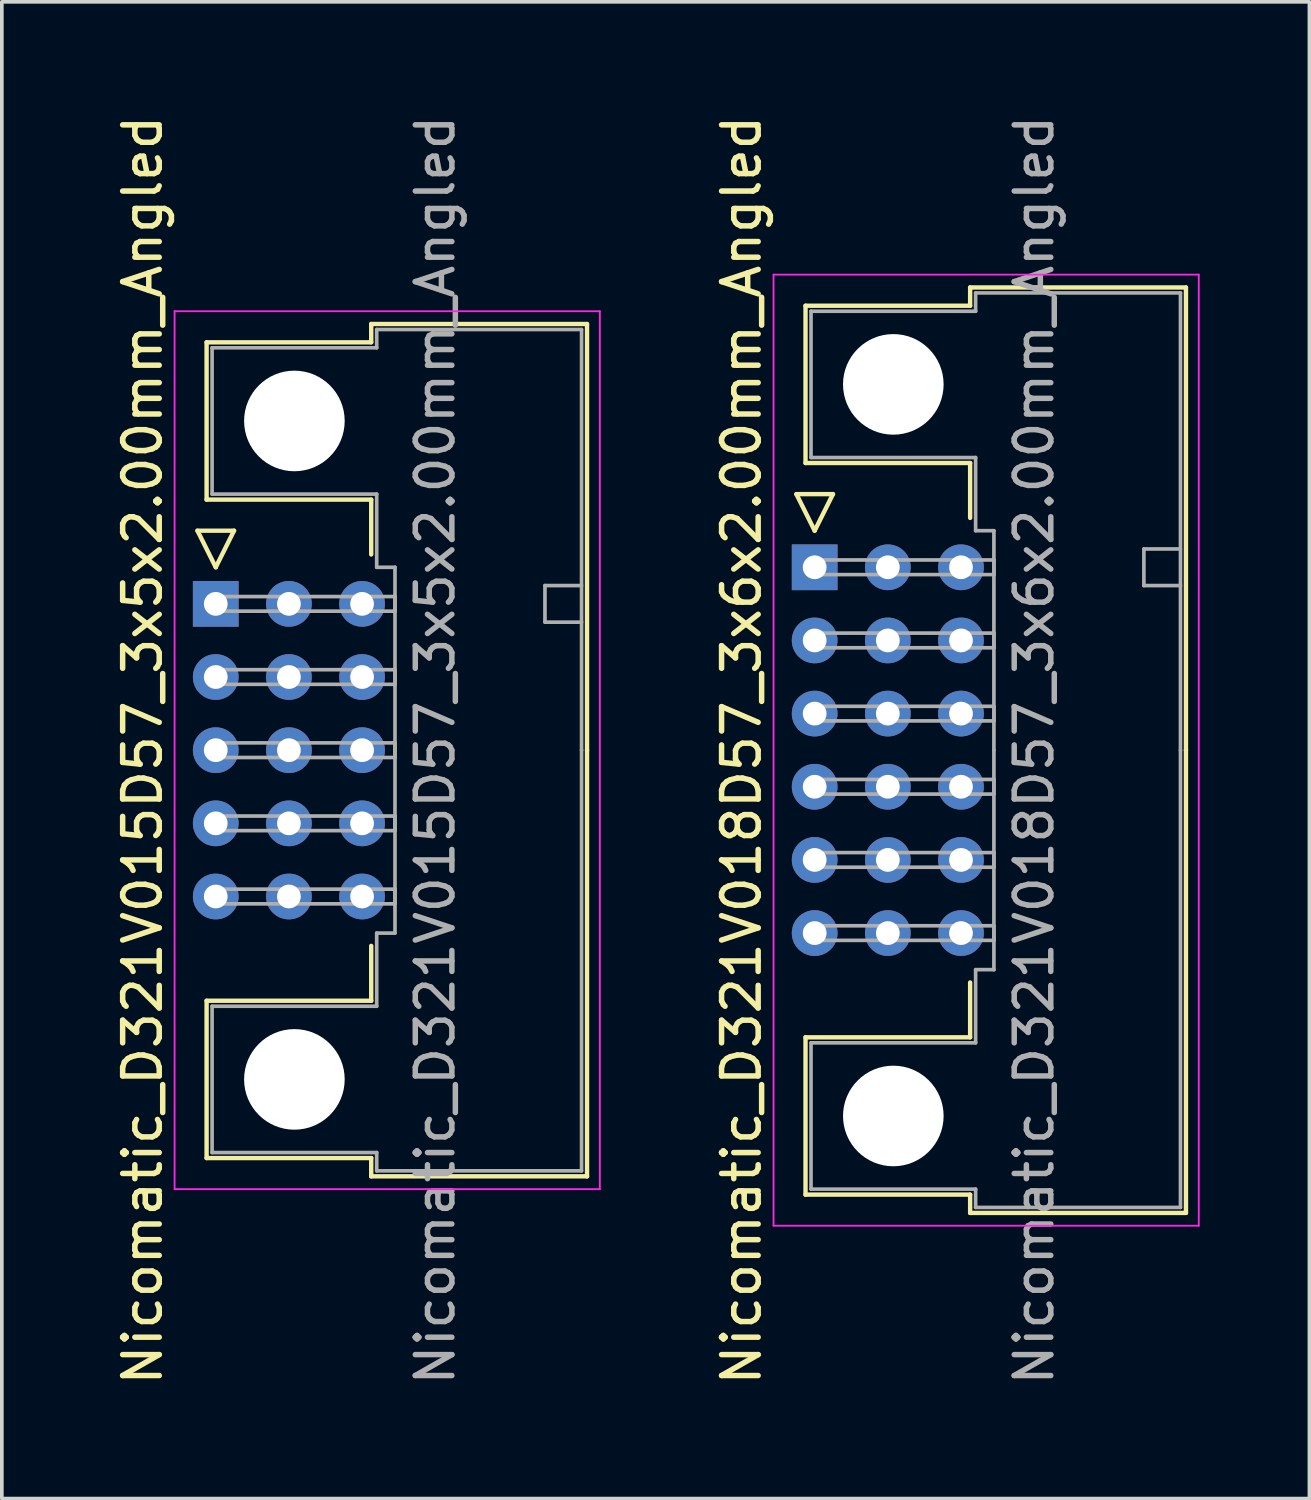
<source format=kicad_pcb>
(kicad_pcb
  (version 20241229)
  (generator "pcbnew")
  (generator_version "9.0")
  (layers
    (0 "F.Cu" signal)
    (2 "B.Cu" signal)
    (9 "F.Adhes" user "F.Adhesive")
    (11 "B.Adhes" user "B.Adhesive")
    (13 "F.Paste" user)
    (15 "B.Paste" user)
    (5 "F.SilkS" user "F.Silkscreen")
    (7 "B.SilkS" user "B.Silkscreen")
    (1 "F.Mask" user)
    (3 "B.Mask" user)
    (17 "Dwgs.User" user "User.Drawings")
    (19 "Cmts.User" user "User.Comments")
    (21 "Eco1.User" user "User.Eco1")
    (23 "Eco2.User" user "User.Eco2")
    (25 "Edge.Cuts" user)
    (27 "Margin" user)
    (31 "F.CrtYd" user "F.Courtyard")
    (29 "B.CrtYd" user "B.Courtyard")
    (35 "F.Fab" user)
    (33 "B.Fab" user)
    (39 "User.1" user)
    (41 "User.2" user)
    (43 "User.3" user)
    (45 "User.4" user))
  (footprint "Nicomatic_D321V015D57_3x5x2.00mm_Angled"
    (layer "F.Cu")
    (at 2.848 13.458)
    (property "Reference" "Nicomatic_D321V015D57_3x5x2.00mm_Angled" (at -2 4 90) (layer "F.SilkS") (effects (font (size 1 1) (thickness 0.15))))
    (attr through_hole)
    (fp_line (start -0.5 -2) (end 0 -1) (stroke (width 0.12) (type solid)) (layer "F.SilkS"))
    (fp_line (start -0.25 -7.15) (end -0.25 -2.85) (stroke (width 0.12) (type solid)) (layer "F.SilkS"))
    (fp_line (start -0.25 -2.85) (end 4.25 -2.85) (stroke (width 0.12) (type solid)) (layer "F.SilkS"))
    (fp_line (start -0.25 10.85) (end 4.25 10.85) (stroke (width 0.12) (type solid)) (layer "F.SilkS"))
    (fp_line (start -0.25 15.15) (end -0.25 10.85) (stroke (width 0.12) (type solid)) (layer "F.SilkS"))
    (fp_line (start 0 -1) (end 0.5 -2) (stroke (width 0.12) (type solid)) (layer "F.SilkS"))
    (fp_line (start 0.5 -2) (end -0.5 -2) (stroke (width 0.12) (type solid)) (layer "F.SilkS"))
    (fp_line (start 4.25 -7.65) (end 4.25 -7.15) (stroke (width 0.12) (type solid)) (layer "F.SilkS"))
    (fp_line (start 4.25 -7.15) (end -0.25 -7.15) (stroke (width 0.12) (type solid)) (layer "F.SilkS"))
    (fp_line (start 4.25 -2.85) (end 4.25 -1.35) (stroke (width 0.12) (type solid)) (layer "F.SilkS"))
    (fp_line (start 4.25 10.85) (end 4.25 9.35) (stroke (width 0.12) (type solid)) (layer "F.SilkS"))
    (fp_line (start 4.25 15.15) (end -0.25 15.15) (stroke (width 0.12) (type solid)) (layer "F.SilkS"))
    (fp_line (start 4.25 15.65) (end 4.25 15.15) (stroke (width 0.12) (type solid)) (layer "F.SilkS"))
    (fp_line (start 10.15 -7.65) (end 4.25 -7.65) (stroke (width 0.12) (type solid)) (layer "F.SilkS"))
    (fp_line (start 10.15 4) (end 10.15 -7.65) (stroke (width 0.12) (type solid)) (layer "F.SilkS"))
    (fp_line (start 10.15 4) (end 10.15 15.65) (stroke (width 0.12) (type solid)) (layer "F.SilkS"))
    (fp_line (start 10.15 15.65) (end 4.25 15.65) (stroke (width 0.12) (type solid)) (layer "F.SilkS"))
    (fp_line (start -1.125 -8) (end -1.125 16) (stroke (width 0.05) (type solid)) (layer "F.CrtYd"))
    (fp_line (start -1.125 16) (end 10.5 16) (stroke (width 0.05) (type solid)) (layer "F.CrtYd"))
    (fp_line (start 10.5 -8) (end -1.125 -8) (stroke (width 0.05) (type solid)) (layer "F.CrtYd"))
    (fp_line (start 10.5 16) (end 10.5 -8) (stroke (width 0.05) (type solid)) (layer "F.CrtYd"))
    (fp_line (start -0.1 -7) (end -0.1 -3) (stroke (width 0.1) (type solid)) (layer "F.Fab"))
    (fp_line (start -0.1 -3) (end 4.4 -3) (stroke (width 0.1) (type solid)) (layer "F.Fab"))
    (fp_line (start -0.1 11) (end 4.4 11) (stroke (width 0.1) (type solid)) (layer "F.Fab"))
    (fp_line (start -0.1 15) (end -0.1 11) (stroke (width 0.1) (type solid)) (layer "F.Fab"))
    (fp_line (start 0 -0.2) (end 0 0.2) (stroke (width 0.1) (type solid)) (layer "F.Fab"))
    (fp_line (start 0 0.2) (end 4.9 0.2) (stroke (width 0.1) (type solid)) (layer "F.Fab"))
    (fp_line (start 0 1.8) (end 0 2.2) (stroke (width 0.1) (type solid)) (layer "F.Fab"))
    (fp_line (start 0 2.2) (end 4.9 2.2) (stroke (width 0.1) (type solid)) (layer "F.Fab"))
    (fp_line (start 0 3.8) (end 0 4.2) (stroke (width 0.1) (type solid)) (layer "F.Fab"))
    (fp_line (start 0 4.2) (end 4.9 4.2) (stroke (width 0.1) (type solid)) (layer "F.Fab"))
    (fp_line (start 0 5.8) (end 0 6.2) (stroke (width 0.1) (type solid)) (layer "F.Fab"))
    (fp_line (start 0 6.2) (end 4.9 6.2) (stroke (width 0.1) (type solid)) (layer "F.Fab"))
    (fp_line (start 0 7.8) (end 0 8.2) (stroke (width 0.1) (type solid)) (layer "F.Fab"))
    (fp_line (start 0 8.2) (end 4.9 8.2) (stroke (width 0.1) (type solid)) (layer "F.Fab"))
    (fp_line (start 4.4 -7.5) (end 4.4 -7) (stroke (width 0.1) (type solid)) (layer "F.Fab"))
    (fp_line (start 4.4 -7) (end -0.1 -7) (stroke (width 0.1) (type solid)) (layer "F.Fab"))
    (fp_line (start 4.4 -3) (end 4.4 -1) (stroke (width 0.1) (type solid)) (layer "F.Fab"))
    (fp_line (start 4.4 -1) (end 4.9 -1) (stroke (width 0.1) (type solid)) (layer "F.Fab"))
    (fp_line (start 4.4 9) (end 4.9 9) (stroke (width 0.1) (type solid)) (layer "F.Fab"))
    (fp_line (start 4.4 11) (end 4.4 9) (stroke (width 0.1) (type solid)) (layer "F.Fab"))
    (fp_line (start 4.4 15) (end -0.1 15) (stroke (width 0.1) (type solid)) (layer "F.Fab"))
    (fp_line (start 4.4 15.5) (end 4.4 15) (stroke (width 0.1) (type solid)) (layer "F.Fab"))
    (fp_line (start 4.9 -1) (end 4.9 4) (stroke (width 0.1) (type solid)) (layer "F.Fab"))
    (fp_line (start 4.9 -0.2) (end 0 -0.2) (stroke (width 0.1) (type solid)) (layer "F.Fab"))
    (fp_line (start 4.9 0.2) (end 4.9 -0.2) (stroke (width 0.1) (type solid)) (layer "F.Fab"))
    (fp_line (start 4.9 1.8) (end 0 1.8) (stroke (width 0.1) (type solid)) (layer "F.Fab"))
    (fp_line (start 4.9 2.2) (end 4.9 1.8) (stroke (width 0.1) (type solid)) (layer "F.Fab"))
    (fp_line (start 4.9 3.8) (end 0 3.8) (stroke (width 0.1) (type solid)) (layer "F.Fab"))
    (fp_line (start 4.9 4.2) (end 4.9 3.8) (stroke (width 0.1) (type solid)) (layer "F.Fab"))
    (fp_line (start 4.9 5.8) (end 0 5.8) (stroke (width 0.1) (type solid)) (layer "F.Fab"))
    (fp_line (start 4.9 6.2) (end 4.9 5.8) (stroke (width 0.1) (type solid)) (layer "F.Fab"))
    (fp_line (start 4.9 7.8) (end 0 7.8) (stroke (width 0.1) (type solid)) (layer "F.Fab"))
    (fp_line (start 4.9 8.2) (end 4.9 7.8) (stroke (width 0.1) (type solid)) (layer "F.Fab"))
    (fp_line (start 4.9 9) (end 4.9 4) (stroke (width 0.1) (type solid)) (layer "F.Fab"))
    (fp_line (start 9 -0.5) (end 9 0.5) (stroke (width 0.1) (type solid)) (layer "F.Fab"))
    (fp_line (start 9 0.5) (end 10 0.5) (stroke (width 0.1) (type solid)) (layer "F.Fab"))
    (fp_line (start 10 -7.5) (end 4.4 -7.5) (stroke (width 0.1) (type solid)) (layer "F.Fab"))
    (fp_line (start 10 -0.5) (end 9 -0.5) (stroke (width 0.1) (type solid)) (layer "F.Fab"))
    (fp_line (start 10 4) (end 10 -7.5) (stroke (width 0.1) (type solid)) (layer "F.Fab"))
    (fp_line (start 10 4) (end 10 15.5) (stroke (width 0.1) (type solid)) (layer "F.Fab"))
    (fp_line (start 10 15.5) (end 4.4 15.5) (stroke (width 0.1) (type solid)) (layer "F.Fab"))
    (fp_text user "${REFERENCE}" (at 6 4 90) (layer "F.Fab") (effects (font (size 1 1) (thickness 0.15))))
    (pad "" np_thru_hole circle (at 2.15 -5) (size 2.75 2.75) (drill 2.75) (layers "*.Cu" "*.Mask"))
    (pad "" np_thru_hole circle (at 2.15 13) (size 2.75 2.75) (drill 2.75) (layers "*.Cu" "*.Mask"))
    (pad "1" thru_hole rect (at 0 0) (size 1.25 1.25) (drill 0.65) (layers "*.Cu" "*.Mask"))
    (pad "2" thru_hole oval (at 0 2) (size 1.25 1.25) (drill 0.65) (layers "*.Cu" "*.Mask"))
    (pad "3" thru_hole oval (at 0 4) (size 1.25 1.25) (drill 0.65) (layers "*.Cu" "*.Mask"))
    (pad "4" thru_hole oval (at 0 6) (size 1.25 1.25) (drill 0.65) (layers "*.Cu" "*.Mask"))
    (pad "5" thru_hole oval (at 0 8) (size 1.25 1.25) (drill 0.65) (layers "*.Cu" "*.Mask"))
    (pad "6" thru_hole oval (at 2 0) (size 1.25 1.25) (drill 0.65) (layers "*.Cu" "*.Mask"))
    (pad "7" thru_hole oval (at 2 2) (size 1.25 1.25) (drill 0.65) (layers "*.Cu" "*.Mask"))
    (pad "8" thru_hole oval (at 2 4) (size 1.25 1.25) (drill 0.65) (layers "*.Cu" "*.Mask"))
    (pad "9" thru_hole oval (at 2 6) (size 1.25 1.25) (drill 0.65) (layers "*.Cu" "*.Mask"))
    (pad "10" thru_hole oval (at 2 8) (size 1.25 1.25) (drill 0.65) (layers "*.Cu" "*.Mask"))
    (pad "11" thru_hole oval (at 4 0) (size 1.25 1.25) (drill 0.65) (layers "*.Cu" "*.Mask"))
    (pad "12" thru_hole oval (at 4 2) (size 1.25 1.25) (drill 0.65) (layers "*.Cu" "*.Mask"))
    (pad "13" thru_hole oval (at 4 4) (size 1.25 1.25) (drill 0.65) (layers "*.Cu" "*.Mask"))
    (pad "14" thru_hole oval (at 4 6) (size 1.25 1.25) (drill 0.65) (layers "*.Cu" "*.Mask"))
    (pad "15" thru_hole oval (at 4 8) (size 1.25 1.25) (drill 0.65) (layers "*.Cu" "*.Mask")))
  (footprint "Nicomatic_D321V018D57_3x6x2.00mm_Angled"
    (layer "F.Cu")
    (at 19.221 12.458)
    (property "Reference" "Nicomatic_D321V018D57_3x6x2.00mm_Angled" (at -2 5 90) (layer "F.SilkS") (effects (font (size 1 1) (thickness 0.15))))
    (attr through_hole)
    (fp_line (start -0.5 -2) (end 0 -1) (stroke (width 0.12) (type solid)) (layer "F.SilkS"))
    (fp_line (start -0.25 -7.15) (end -0.25 -2.85) (stroke (width 0.12) (type solid)) (layer "F.SilkS"))
    (fp_line (start -0.25 -2.85) (end 4.25 -2.85) (stroke (width 0.12) (type solid)) (layer "F.SilkS"))
    (fp_line (start -0.25 12.85) (end 4.25 12.85) (stroke (width 0.12) (type solid)) (layer "F.SilkS"))
    (fp_line (start -0.25 17.15) (end -0.25 12.85) (stroke (width 0.12) (type solid)) (layer "F.SilkS"))
    (fp_line (start 0 -1) (end 0.5 -2) (stroke (width 0.12) (type solid)) (layer "F.SilkS"))
    (fp_line (start 0.5 -2) (end -0.5 -2) (stroke (width 0.12) (type solid)) (layer "F.SilkS"))
    (fp_line (start 4.25 -7.65) (end 4.25 -7.15) (stroke (width 0.12) (type solid)) (layer "F.SilkS"))
    (fp_line (start 4.25 -7.15) (end -0.25 -7.15) (stroke (width 0.12) (type solid)) (layer "F.SilkS"))
    (fp_line (start 4.25 -2.85) (end 4.25 -1.35) (stroke (width 0.12) (type solid)) (layer "F.SilkS"))
    (fp_line (start 4.25 12.85) (end 4.25 11.35) (stroke (width 0.12) (type solid)) (layer "F.SilkS"))
    (fp_line (start 4.25 17.15) (end -0.25 17.15) (stroke (width 0.12) (type solid)) (layer "F.SilkS"))
    (fp_line (start 4.25 17.65) (end 4.25 17.15) (stroke (width 0.12) (type solid)) (layer "F.SilkS"))
    (fp_line (start 10.15 -7.65) (end 4.25 -7.65) (stroke (width 0.12) (type solid)) (layer "F.SilkS"))
    (fp_line (start 10.15 5) (end 10.15 -7.65) (stroke (width 0.12) (type solid)) (layer "F.SilkS"))
    (fp_line (start 10.15 5) (end 10.15 17.65) (stroke (width 0.12) (type solid)) (layer "F.SilkS"))
    (fp_line (start 10.15 17.65) (end 4.25 17.65) (stroke (width 0.12) (type solid)) (layer "F.SilkS"))
    (fp_line (start -1.125 -8) (end -1.125 18) (stroke (width 0.05) (type solid)) (layer "F.CrtYd"))
    (fp_line (start -1.125 18) (end 10.5 18) (stroke (width 0.05) (type solid)) (layer "F.CrtYd"))
    (fp_line (start 10.5 -8) (end -1.125 -8) (stroke (width 0.05) (type solid)) (layer "F.CrtYd"))
    (fp_line (start 10.5 18) (end 10.5 -8) (stroke (width 0.05) (type solid)) (layer "F.CrtYd"))
    (fp_line (start -0.1 -7) (end -0.1 -3) (stroke (width 0.1) (type solid)) (layer "F.Fab"))
    (fp_line (start -0.1 -3) (end 4.4 -3) (stroke (width 0.1) (type solid)) (layer "F.Fab"))
    (fp_line (start -0.1 13) (end 4.4 13) (stroke (width 0.1) (type solid)) (layer "F.Fab"))
    (fp_line (start -0.1 17) (end -0.1 13) (stroke (width 0.1) (type solid)) (layer "F.Fab"))
    (fp_line (start 0 -0.2) (end 0 0.2) (stroke (width 0.1) (type solid)) (layer "F.Fab"))
    (fp_line (start 0 0.2) (end 4.9 0.2) (stroke (width 0.1) (type solid)) (layer "F.Fab"))
    (fp_line (start 0 1.8) (end 0 2.2) (stroke (width 0.1) (type solid)) (layer "F.Fab"))
    (fp_line (start 0 2.2) (end 4.9 2.2) (stroke (width 0.1) (type solid)) (layer "F.Fab"))
    (fp_line (start 0 3.8) (end 0 4.2) (stroke (width 0.1) (type solid)) (layer "F.Fab"))
    (fp_line (start 0 4.2) (end 4.9 4.2) (stroke (width 0.1) (type solid)) (layer "F.Fab"))
    (fp_line (start 0 5.8) (end 0 6.2) (stroke (width 0.1) (type solid)) (layer "F.Fab"))
    (fp_line (start 0 6.2) (end 4.9 6.2) (stroke (width 0.1) (type solid)) (layer "F.Fab"))
    (fp_line (start 0 7.8) (end 0 8.2) (stroke (width 0.1) (type solid)) (layer "F.Fab"))
    (fp_line (start 0 8.2) (end 4.9 8.2) (stroke (width 0.1) (type solid)) (layer "F.Fab"))
    (fp_line (start 0 9.8) (end 0 10.2) (stroke (width 0.1) (type solid)) (layer "F.Fab"))
    (fp_line (start 0 10.2) (end 4.9 10.2) (stroke (width 0.1) (type solid)) (layer "F.Fab"))
    (fp_line (start 4.4 -7.5) (end 4.4 -7) (stroke (width 0.1) (type solid)) (layer "F.Fab"))
    (fp_line (start 4.4 -7) (end -0.1 -7) (stroke (width 0.1) (type solid)) (layer "F.Fab"))
    (fp_line (start 4.4 -3) (end 4.4 -1) (stroke (width 0.1) (type solid)) (layer "F.Fab"))
    (fp_line (start 4.4 -1) (end 4.9 -1) (stroke (width 0.1) (type solid)) (layer "F.Fab"))
    (fp_line (start 4.4 11) (end 4.9 11) (stroke (width 0.1) (type solid)) (layer "F.Fab"))
    (fp_line (start 4.4 13) (end 4.4 11) (stroke (width 0.1) (type solid)) (layer "F.Fab"))
    (fp_line (start 4.4 17) (end -0.1 17) (stroke (width 0.1) (type solid)) (layer "F.Fab"))
    (fp_line (start 4.4 17.5) (end 4.4 17) (stroke (width 0.1) (type solid)) (layer "F.Fab"))
    (fp_line (start 4.9 -1) (end 4.9 5) (stroke (width 0.1) (type solid)) (layer "F.Fab"))
    (fp_line (start 4.9 -0.2) (end 0 -0.2) (stroke (width 0.1) (type solid)) (layer "F.Fab"))
    (fp_line (start 4.9 0.2) (end 4.9 -0.2) (stroke (width 0.1) (type solid)) (layer "F.Fab"))
    (fp_line (start 4.9 1.8) (end 0 1.8) (stroke (width 0.1) (type solid)) (layer "F.Fab"))
    (fp_line (start 4.9 2.2) (end 4.9 1.8) (stroke (width 0.1) (type solid)) (layer "F.Fab"))
    (fp_line (start 4.9 3.8) (end 0 3.8) (stroke (width 0.1) (type solid)) (layer "F.Fab"))
    (fp_line (start 4.9 4.2) (end 4.9 3.8) (stroke (width 0.1) (type solid)) (layer "F.Fab"))
    (fp_line (start 4.9 5.8) (end 0 5.8) (stroke (width 0.1) (type solid)) (layer "F.Fab"))
    (fp_line (start 4.9 6.2) (end 4.9 5.8) (stroke (width 0.1) (type solid)) (layer "F.Fab"))
    (fp_line (start 4.9 7.8) (end 0 7.8) (stroke (width 0.1) (type solid)) (layer "F.Fab"))
    (fp_line (start 4.9 8.2) (end 4.9 7.8) (stroke (width 0.1) (type solid)) (layer "F.Fab"))
    (fp_line (start 4.9 9.8) (end 0 9.8) (stroke (width 0.1) (type solid)) (layer "F.Fab"))
    (fp_line (start 4.9 10.2) (end 4.9 9.8) (stroke (width 0.1) (type solid)) (layer "F.Fab"))
    (fp_line (start 4.9 11) (end 4.9 5) (stroke (width 0.1) (type solid)) (layer "F.Fab"))
    (fp_line (start 9 -0.5) (end 9 0.5) (stroke (width 0.1) (type solid)) (layer "F.Fab"))
    (fp_line (start 9 0.5) (end 10 0.5) (stroke (width 0.1) (type solid)) (layer "F.Fab"))
    (fp_line (start 10 -7.5) (end 4.4 -7.5) (stroke (width 0.1) (type solid)) (layer "F.Fab"))
    (fp_line (start 10 -0.5) (end 9 -0.5) (stroke (width 0.1) (type solid)) (layer "F.Fab"))
    (fp_line (start 10 5) (end 10 -7.5) (stroke (width 0.1) (type solid)) (layer "F.Fab"))
    (fp_line (start 10 5) (end 10 17.5) (stroke (width 0.1) (type solid)) (layer "F.Fab"))
    (fp_line (start 10 17.5) (end 4.4 17.5) (stroke (width 0.1) (type solid)) (layer "F.Fab"))
    (fp_text user "${REFERENCE}" (at 6 5 90) (layer "F.Fab") (effects (font (size 1 1) (thickness 0.15))))
    (pad "" np_thru_hole circle (at 2.15 -5) (size 2.75 2.75) (drill 2.75) (layers "*.Cu" "*.Mask"))
    (pad "" np_thru_hole circle (at 2.15 15) (size 2.75 2.75) (drill 2.75) (layers "*.Cu" "*.Mask"))
    (pad "1" thru_hole rect (at 0 0) (size 1.25 1.25) (drill 0.65) (layers "*.Cu" "*.Mask"))
    (pad "2" thru_hole oval (at 0 2) (size 1.25 1.25) (drill 0.65) (layers "*.Cu" "*.Mask"))
    (pad "3" thru_hole oval (at 0 4) (size 1.25 1.25) (drill 0.65) (layers "*.Cu" "*.Mask"))
    (pad "4" thru_hole oval (at 0 6) (size 1.25 1.25) (drill 0.65) (layers "*.Cu" "*.Mask"))
    (pad "5" thru_hole oval (at 0 8) (size 1.25 1.25) (drill 0.65) (layers "*.Cu" "*.Mask"))
    (pad "6" thru_hole oval (at 0 10) (size 1.25 1.25) (drill 0.65) (layers "*.Cu" "*.Mask"))
    (pad "7" thru_hole oval (at 2 0) (size 1.25 1.25) (drill 0.65) (layers "*.Cu" "*.Mask"))
    (pad "8" thru_hole oval (at 2 2) (size 1.25 1.25) (drill 0.65) (layers "*.Cu" "*.Mask"))
    (pad "9" thru_hole oval (at 2 4) (size 1.25 1.25) (drill 0.65) (layers "*.Cu" "*.Mask"))
    (pad "10" thru_hole oval (at 2 6) (size 1.25 1.25) (drill 0.65) (layers "*.Cu" "*.Mask"))
    (pad "11" thru_hole oval (at 2 8) (size 1.25 1.25) (drill 0.65) (layers "*.Cu" "*.Mask"))
    (pad "12" thru_hole oval (at 2 10) (size 1.25 1.25) (drill 0.65) (layers "*.Cu" "*.Mask"))
    (pad "13" thru_hole oval (at 4 0) (size 1.25 1.25) (drill 0.65) (layers "*.Cu" "*.Mask"))
    (pad "14" thru_hole oval (at 4 2) (size 1.25 1.25) (drill 0.65) (layers "*.Cu" "*.Mask"))
    (pad "15" thru_hole oval (at 4 4) (size 1.25 1.25) (drill 0.65) (layers "*.Cu" "*.Mask"))
    (pad "16" thru_hole oval (at 4 6) (size 1.25 1.25) (drill 0.65) (layers "*.Cu" "*.Mask"))
    (pad "17" thru_hole oval (at 4 8) (size 1.25 1.25) (drill 0.65) (layers "*.Cu" "*.Mask"))
    (pad "18" thru_hole oval (at 4 10) (size 1.25 1.25) (drill 0.65) (layers "*.Cu" "*.Mask")))
  (gr_rect
    (start -3 -3)
    (end 32.746 37.917)
    (stroke (width 0.1) (type default))
    (fill no)
    (layer "Edge.Cuts")))
</source>
